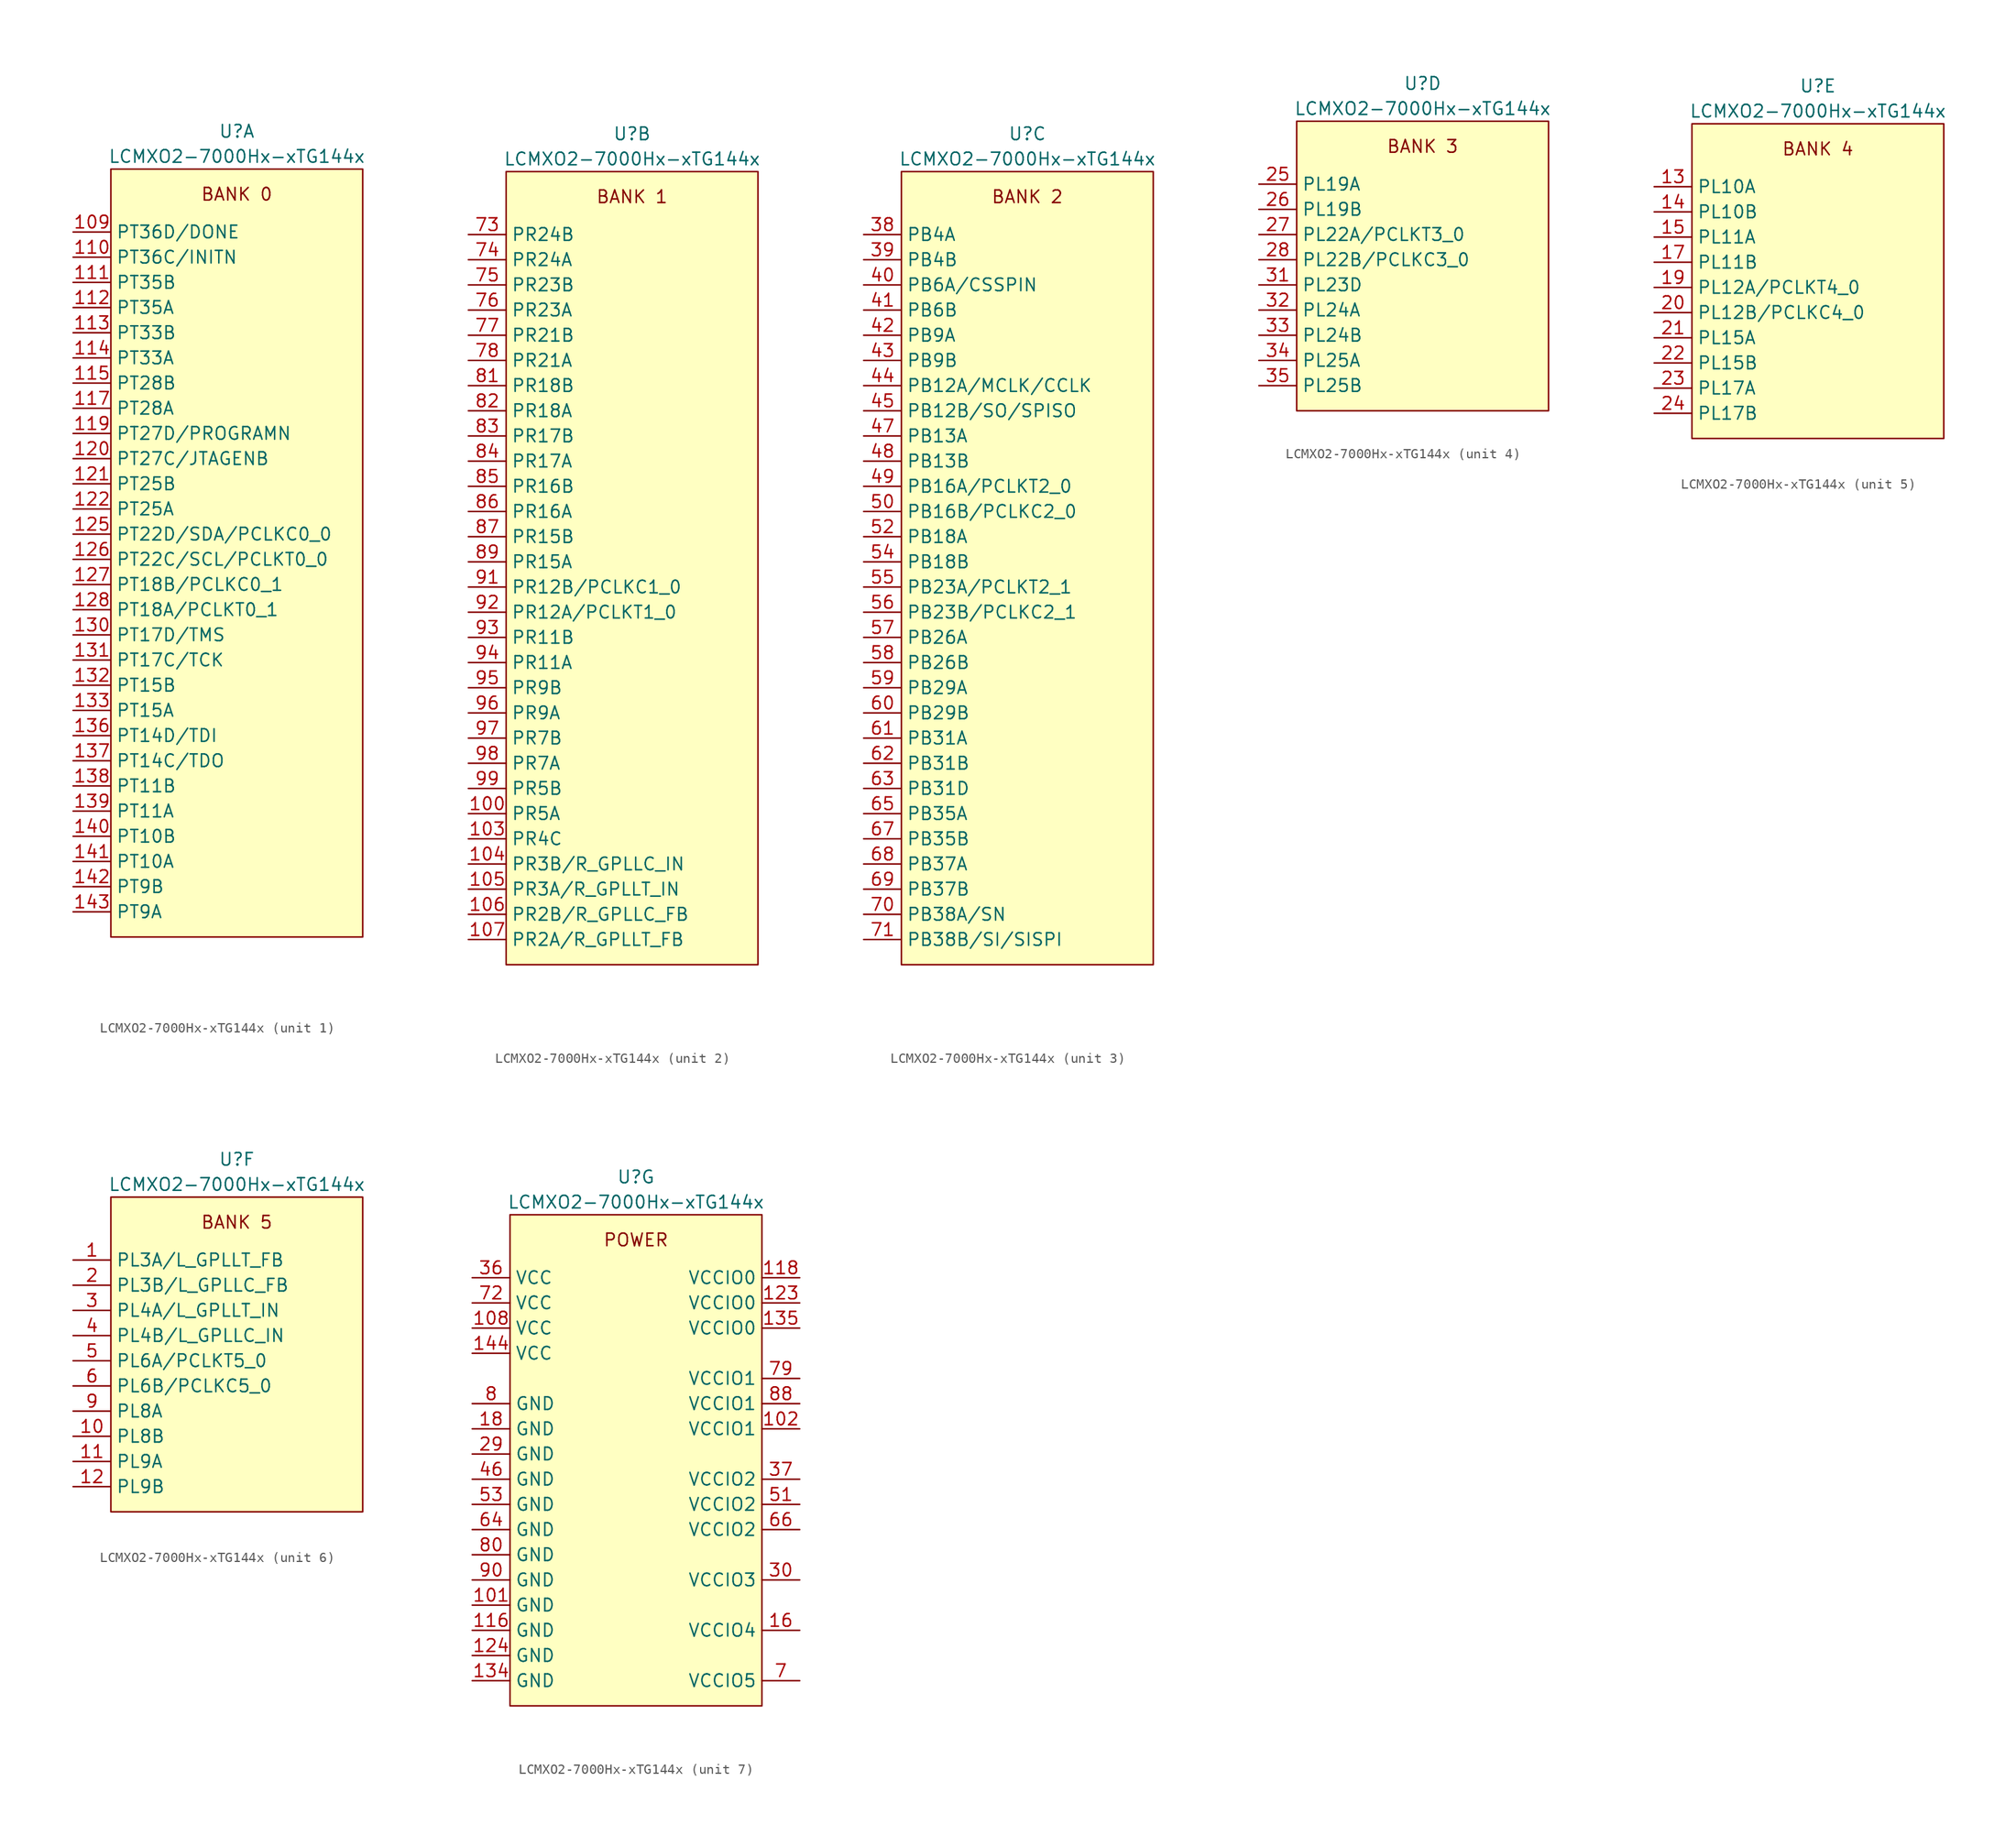
<source format=kicad_sym>
(kicad_symbol_lib
  (version 20231120)
  (generator "kicad_symbol_editor")
  (generator_version "8.0")
  (symbol "LCMXO2-7000Hx-xTG144x"
    (property "Reference" "U"
      (at 0 3.81 0)
      (effects (font (size 1.27 1.27))))
    (property "Value" "LCMXO2-7000Hx-xTG144x"
      (at 0 1.27 0)
      (effects (font (size 1.27 1.27))))
    (property "ki_locked" ""
      (at 0 0 0)
      (effects (font (size 1.27 1.27))))
    (symbol "LCMXO2-7000Hx-xTG144x_1_0"
      (text "BANK 0" (at 0 -2.54 0) (effects (font (size 1.27 1.27)))))
    (symbol "LCMXO2-7000Hx-xTG144x_1_1"
      (rectangle (start -12.7 0) (end 12.7 -77.47) (stroke (width 0) (type default)) (fill (type background)))
      (pin bidirectional line (at -16.51 -6.35 0) (length 3.81) (name "PT36D/DONE" (effects (font (size 1.27 1.27)))) (number "109" (effects (font (size 1.27 1.27)))))
      (pin bidirectional line (at -16.51 -8.89 0) (length 3.81) (name "PT36C/INITN" (effects (font (size 1.27 1.27)))) (number "110" (effects (font (size 1.27 1.27)))))
      (pin bidirectional line (at -16.51 -11.43 0) (length 3.81) (name "PT35B" (effects (font (size 1.27 1.27)))) (number "111" (effects (font (size 1.27 1.27)))))
      (pin bidirectional line (at -16.51 -13.97 0) (length 3.81) (name "PT35A" (effects (font (size 1.27 1.27)))) (number "112" (effects (font (size 1.27 1.27)))))
      (pin bidirectional line (at -16.51 -16.51 0) (length 3.81) (name "PT33B" (effects (font (size 1.27 1.27)))) (number "113" (effects (font (size 1.27 1.27)))))
      (pin bidirectional line (at -16.51 -19.05 0) (length 3.81) (name "PT33A" (effects (font (size 1.27 1.27)))) (number "114" (effects (font (size 1.27 1.27)))))
      (pin bidirectional line (at -16.51 -21.59 0) (length 3.81) (name "PT28B" (effects (font (size 1.27 1.27)))) (number "115" (effects (font (size 1.27 1.27)))))
      (pin bidirectional line (at -16.51 -24.13 0) (length 3.81) (name "PT28A" (effects (font (size 1.27 1.27)))) (number "117" (effects (font (size 1.27 1.27)))))
      (pin bidirectional line (at -16.51 -26.67 0) (length 3.81) (name "PT27D/PROGRAMN" (effects (font (size 1.27 1.27)))) (number "119" (effects (font (size 1.27 1.27)))))
      (pin bidirectional line (at -16.51 -29.21 0) (length 3.81) (name "PT27C/JTAGENB" (effects (font (size 1.27 1.27)))) (number "120" (effects (font (size 1.27 1.27)))))
      (pin bidirectional line (at -16.51 -31.75 0) (length 3.81) (name "PT25B" (effects (font (size 1.27 1.27)))) (number "121" (effects (font (size 1.27 1.27)))))
      (pin bidirectional line (at -16.51 -34.29 0) (length 3.81) (name "PT25A" (effects (font (size 1.27 1.27)))) (number "122" (effects (font (size 1.27 1.27)))))
      (pin bidirectional line (at -16.51 -36.83 0) (length 3.81) (name "PT22D/SDA/PCLKC0_0" (effects (font (size 1.27 1.27)))) (number "125" (effects (font (size 1.27 1.27)))))
      (pin bidirectional line (at -16.51 -39.37 0) (length 3.81) (name "PT22C/SCL/PCLKT0_0" (effects (font (size 1.27 1.27)))) (number "126" (effects (font (size 1.27 1.27)))))
      (pin bidirectional line (at -16.51 -41.91 0) (length 3.81) (name "PT18B/PCLKC0_1" (effects (font (size 1.27 1.27)))) (number "127" (effects (font (size 1.27 1.27)))))
      (pin bidirectional line (at -16.51 -44.45 0) (length 3.81) (name "PT18A/PCLKT0_1" (effects (font (size 1.27 1.27)))) (number "128" (effects (font (size 1.27 1.27)))))
      (pin bidirectional line (at -16.51 -46.99 0) (length 3.81) (name "PT17D/TMS" (effects (font (size 1.27 1.27)))) (number "130" (effects (font (size 1.27 1.27)))))
      (pin bidirectional line (at -16.51 -49.53 0) (length 3.81) (name "PT17C/TCK" (effects (font (size 1.27 1.27)))) (number "131" (effects (font (size 1.27 1.27)))))
      (pin bidirectional line (at -16.51 -52.07 0) (length 3.81) (name "PT15B" (effects (font (size 1.27 1.27)))) (number "132" (effects (font (size 1.27 1.27)))))
      (pin bidirectional line (at -16.51 -54.61 0) (length 3.81) (name "PT15A" (effects (font (size 1.27 1.27)))) (number "133" (effects (font (size 1.27 1.27)))))
      (pin bidirectional line (at -16.51 -57.15 0) (length 3.81) (name "PT14D/TDI" (effects (font (size 1.27 1.27)))) (number "136" (effects (font (size 1.27 1.27)))))
      (pin bidirectional line (at -16.51 -59.69 0) (length 3.81) (name "PT14C/TDO" (effects (font (size 1.27 1.27)))) (number "137" (effects (font (size 1.27 1.27)))))
      (pin bidirectional line (at -16.51 -62.23 0) (length 3.81) (name "PT11B" (effects (font (size 1.27 1.27)))) (number "138" (effects (font (size 1.27 1.27)))))
      (pin bidirectional line (at -16.51 -64.77 0) (length 3.81) (name "PT11A" (effects (font (size 1.27 1.27)))) (number "139" (effects (font (size 1.27 1.27)))))
      (pin bidirectional line (at -16.51 -67.31 0) (length 3.81) (name "PT10B" (effects (font (size 1.27 1.27)))) (number "140" (effects (font (size 1.27 1.27)))))
      (pin bidirectional line (at -16.51 -69.85 0) (length 3.81) (name "PT10A" (effects (font (size 1.27 1.27)))) (number "141" (effects (font (size 1.27 1.27)))))
      (pin bidirectional line (at -16.51 -72.39 0) (length 3.81) (name "PT9B" (effects (font (size 1.27 1.27)))) (number "142" (effects (font (size 1.27 1.27)))))
      (pin bidirectional line (at -16.51 -74.93 0) (length 3.81) (name "PT9A" (effects (font (size 1.27 1.27)))) (number "143" (effects (font (size 1.27 1.27))))))
    (symbol "LCMXO2-7000Hx-xTG144x_2_0"
      (text "BANK 1" (at 0 -2.54 0) (effects (font (size 1.27 1.27)))))
    (symbol "LCMXO2-7000Hx-xTG144x_2_1"
      (rectangle (start -12.7 0) (end 12.7 -80.01) (stroke (width 0) (type default)) (fill (type background)))
      (pin bidirectional line (at -16.51 -64.77 0) (length 3.81) (name "PR5A" (effects (font (size 1.27 1.27)))) (number "100" (effects (font (size 1.27 1.27)))))
      (pin bidirectional line (at -16.51 -67.31 0) (length 3.81) (name "PR4C" (effects (font (size 1.27 1.27)))) (number "103" (effects (font (size 1.27 1.27)))))
      (pin bidirectional line (at -16.51 -69.85 0) (length 3.81) (name "PR3B/R_GPLLC_IN" (effects (font (size 1.27 1.27)))) (number "104" (effects (font (size 1.27 1.27)))))
      (pin bidirectional line (at -16.51 -72.39 0) (length 3.81) (name "PR3A/R_GPLLT_IN" (effects (font (size 1.27 1.27)))) (number "105" (effects (font (size 1.27 1.27)))))
      (pin bidirectional line (at -16.51 -74.93 0) (length 3.81) (name "PR2B/R_GPLLC_FB" (effects (font (size 1.27 1.27)))) (number "106" (effects (font (size 1.27 1.27)))))
      (pin bidirectional line (at -16.51 -77.47 0) (length 3.81) (name "PR2A/R_GPLLT_FB" (effects (font (size 1.27 1.27)))) (number "107" (effects (font (size 1.27 1.27)))))
      (pin bidirectional line (at -16.51 -6.35 0) (length 3.81) (name "PR24B" (effects (font (size 1.27 1.27)))) (number "73" (effects (font (size 1.27 1.27)))))
      (pin bidirectional line (at -16.51 -8.89 0) (length 3.81) (name "PR24A" (effects (font (size 1.27 1.27)))) (number "74" (effects (font (size 1.27 1.27)))))
      (pin bidirectional line (at -16.51 -11.43 0) (length 3.81) (name "PR23B" (effects (font (size 1.27 1.27)))) (number "75" (effects (font (size 1.27 1.27)))))
      (pin bidirectional line (at -16.51 -13.97 0) (length 3.81) (name "PR23A" (effects (font (size 1.27 1.27)))) (number "76" (effects (font (size 1.27 1.27)))))
      (pin bidirectional line (at -16.51 -16.51 0) (length 3.81) (name "PR21B" (effects (font (size 1.27 1.27)))) (number "77" (effects (font (size 1.27 1.27)))))
      (pin bidirectional line (at -16.51 -19.05 0) (length 3.81) (name "PR21A" (effects (font (size 1.27 1.27)))) (number "78" (effects (font (size 1.27 1.27)))))
      (pin bidirectional line (at -16.51 -21.59 0) (length 3.81) (name "PR18B" (effects (font (size 1.27 1.27)))) (number "81" (effects (font (size 1.27 1.27)))))
      (pin bidirectional line (at -16.51 -24.13 0) (length 3.81) (name "PR18A" (effects (font (size 1.27 1.27)))) (number "82" (effects (font (size 1.27 1.27)))))
      (pin bidirectional line (at -16.51 -26.67 0) (length 3.81) (name "PR17B" (effects (font (size 1.27 1.27)))) (number "83" (effects (font (size 1.27 1.27)))))
      (pin bidirectional line (at -16.51 -29.21 0) (length 3.81) (name "PR17A" (effects (font (size 1.27 1.27)))) (number "84" (effects (font (size 1.27 1.27)))))
      (pin bidirectional line (at -16.51 -31.75 0) (length 3.81) (name "PR16B" (effects (font (size 1.27 1.27)))) (number "85" (effects (font (size 1.27 1.27)))))
      (pin bidirectional line (at -16.51 -34.29 0) (length 3.81) (name "PR16A" (effects (font (size 1.27 1.27)))) (number "86" (effects (font (size 1.27 1.27)))))
      (pin bidirectional line (at -16.51 -36.83 0) (length 3.81) (name "PR15B" (effects (font (size 1.27 1.27)))) (number "87" (effects (font (size 1.27 1.27)))))
      (pin bidirectional line (at -16.51 -39.37 0) (length 3.81) (name "PR15A" (effects (font (size 1.27 1.27)))) (number "89" (effects (font (size 1.27 1.27)))))
      (pin bidirectional line (at -16.51 -41.91 0) (length 3.81) (name "PR12B/PCLKC1_0" (effects (font (size 1.27 1.27)))) (number "91" (effects (font (size 1.27 1.27)))))
      (pin bidirectional line (at -16.51 -44.45 0) (length 3.81) (name "PR12A/PCLKT1_0" (effects (font (size 1.27 1.27)))) (number "92" (effects (font (size 1.27 1.27)))))
      (pin bidirectional line (at -16.51 -46.99 0) (length 3.81) (name "PR11B" (effects (font (size 1.27 1.27)))) (number "93" (effects (font (size 1.27 1.27)))))
      (pin bidirectional line (at -16.51 -49.53 0) (length 3.81) (name "PR11A" (effects (font (size 1.27 1.27)))) (number "94" (effects (font (size 1.27 1.27)))))
      (pin bidirectional line (at -16.51 -52.07 0) (length 3.81) (name "PR9B" (effects (font (size 1.27 1.27)))) (number "95" (effects (font (size 1.27 1.27)))))
      (pin bidirectional line (at -16.51 -54.61 0) (length 3.81) (name "PR9A" (effects (font (size 1.27 1.27)))) (number "96" (effects (font (size 1.27 1.27)))))
      (pin bidirectional line (at -16.51 -57.15 0) (length 3.81) (name "PR7B" (effects (font (size 1.27 1.27)))) (number "97" (effects (font (size 1.27 1.27)))))
      (pin bidirectional line (at -16.51 -59.69 0) (length 3.81) (name "PR7A" (effects (font (size 1.27 1.27)))) (number "98" (effects (font (size 1.27 1.27)))))
      (pin bidirectional line (at -16.51 -62.23 0) (length 3.81) (name "PR5B" (effects (font (size 1.27 1.27)))) (number "99" (effects (font (size 1.27 1.27))))))
    (symbol "LCMXO2-7000Hx-xTG144x_3_0"
      (text "BANK 2" (at 0 -2.54 0) (effects (font (size 1.27 1.27)))))
    (symbol "LCMXO2-7000Hx-xTG144x_3_1"
      (rectangle (start -12.7 0) (end 12.7 -80.01) (stroke (width 0) (type default)) (fill (type background)))
      (pin bidirectional line (at -16.51 -6.35 0) (length 3.81) (name "PB4A" (effects (font (size 1.27 1.27)))) (number "38" (effects (font (size 1.27 1.27)))))
      (pin bidirectional line (at -16.51 -8.89 0) (length 3.81) (name "PB4B" (effects (font (size 1.27 1.27)))) (number "39" (effects (font (size 1.27 1.27)))))
      (pin bidirectional line (at -16.51 -11.43 0) (length 3.81) (name "PB6A/CSSPIN" (effects (font (size 1.27 1.27)))) (number "40" (effects (font (size 1.27 1.27)))))
      (pin bidirectional line (at -16.51 -13.97 0) (length 3.81) (name "PB6B" (effects (font (size 1.27 1.27)))) (number "41" (effects (font (size 1.27 1.27)))))
      (pin bidirectional line (at -16.51 -16.51 0) (length 3.81) (name "PB9A" (effects (font (size 1.27 1.27)))) (number "42" (effects (font (size 1.27 1.27)))))
      (pin bidirectional line (at -16.51 -19.05 0) (length 3.81) (name "PB9B" (effects (font (size 1.27 1.27)))) (number "43" (effects (font (size 1.27 1.27)))))
      (pin bidirectional line (at -16.51 -21.59 0) (length 3.81) (name "PB12A/MCLK/CCLK" (effects (font (size 1.27 1.27)))) (number "44" (effects (font (size 1.27 1.27)))))
      (pin bidirectional line (at -16.51 -24.13 0) (length 3.81) (name "PB12B/SO/SPISO" (effects (font (size 1.27 1.27)))) (number "45" (effects (font (size 1.27 1.27)))))
      (pin bidirectional line (at -16.51 -26.67 0) (length 3.81) (name "PB13A" (effects (font (size 1.27 1.27)))) (number "47" (effects (font (size 1.27 1.27)))))
      (pin bidirectional line (at -16.51 -29.21 0) (length 3.81) (name "PB13B" (effects (font (size 1.27 1.27)))) (number "48" (effects (font (size 1.27 1.27)))))
      (pin bidirectional line (at -16.51 -31.75 0) (length 3.81) (name "PB16A/PCLKT2_0" (effects (font (size 1.27 1.27)))) (number "49" (effects (font (size 1.27 1.27)))))
      (pin bidirectional line (at -16.51 -34.29 0) (length 3.81) (name "PB16B/PCLKC2_0" (effects (font (size 1.27 1.27)))) (number "50" (effects (font (size 1.27 1.27)))))
      (pin bidirectional line (at -16.51 -36.83 0) (length 3.81) (name "PB18A" (effects (font (size 1.27 1.27)))) (number "52" (effects (font (size 1.27 1.27)))))
      (pin bidirectional line (at -16.51 -39.37 0) (length 3.81) (name "PB18B" (effects (font (size 1.27 1.27)))) (number "54" (effects (font (size 1.27 1.27)))))
      (pin bidirectional line (at -16.51 -41.91 0) (length 3.81) (name "PB23A/PCLKT2_1" (effects (font (size 1.27 1.27)))) (number "55" (effects (font (size 1.27 1.27)))))
      (pin bidirectional line (at -16.51 -44.45 0) (length 3.81) (name "PB23B/PCLKC2_1" (effects (font (size 1.27 1.27)))) (number "56" (effects (font (size 1.27 1.27)))))
      (pin bidirectional line (at -16.51 -46.99 0) (length 3.81) (name "PB26A" (effects (font (size 1.27 1.27)))) (number "57" (effects (font (size 1.27 1.27)))))
      (pin bidirectional line (at -16.51 -49.53 0) (length 3.81) (name "PB26B" (effects (font (size 1.27 1.27)))) (number "58" (effects (font (size 1.27 1.27)))))
      (pin bidirectional line (at -16.51 -52.07 0) (length 3.81) (name "PB29A" (effects (font (size 1.27 1.27)))) (number "59" (effects (font (size 1.27 1.27)))))
      (pin bidirectional line (at -16.51 -54.61 0) (length 3.81) (name "PB29B" (effects (font (size 1.27 1.27)))) (number "60" (effects (font (size 1.27 1.27)))))
      (pin bidirectional line (at -16.51 -57.15 0) (length 3.81) (name "PB31A" (effects (font (size 1.27 1.27)))) (number "61" (effects (font (size 1.27 1.27)))))
      (pin bidirectional line (at -16.51 -59.69 0) (length 3.81) (name "PB31B" (effects (font (size 1.27 1.27)))) (number "62" (effects (font (size 1.27 1.27)))))
      (pin bidirectional line (at -16.51 -62.23 0) (length 3.81) (name "PB31D" (effects (font (size 1.27 1.27)))) (number "63" (effects (font (size 1.27 1.27)))))
      (pin bidirectional line (at -16.51 -64.77 0) (length 3.81) (name "PB35A" (effects (font (size 1.27 1.27)))) (number "65" (effects (font (size 1.27 1.27)))))
      (pin bidirectional line (at -16.51 -67.31 0) (length 3.81) (name "PB35B" (effects (font (size 1.27 1.27)))) (number "67" (effects (font (size 1.27 1.27)))))
      (pin bidirectional line (at -16.51 -69.85 0) (length 3.81) (name "PB37A" (effects (font (size 1.27 1.27)))) (number "68" (effects (font (size 1.27 1.27)))))
      (pin bidirectional line (at -16.51 -72.39 0) (length 3.81) (name "PB37B" (effects (font (size 1.27 1.27)))) (number "69" (effects (font (size 1.27 1.27)))))
      (pin bidirectional line (at -16.51 -74.93 0) (length 3.81) (name "PB38A/SN" (effects (font (size 1.27 1.27)))) (number "70" (effects (font (size 1.27 1.27)))))
      (pin bidirectional line (at -16.51 -77.47 0) (length 3.81) (name "PB38B/SI/SISPI" (effects (font (size 1.27 1.27)))) (number "71" (effects (font (size 1.27 1.27))))))
    (symbol "LCMXO2-7000Hx-xTG144x_4_0"
      (text "BANK 3" (at 0 -2.54 0) (effects (font (size 1.27 1.27)))))
    (symbol "LCMXO2-7000Hx-xTG144x_4_1"
      (rectangle (start -12.7 0) (end 12.7 -29.21) (stroke (width 0) (type default)) (fill (type background)))
      (pin bidirectional line (at -16.51 -6.35 0) (length 3.81) (name "PL19A" (effects (font (size 1.27 1.27)))) (number "25" (effects (font (size 1.27 1.27)))))
      (pin bidirectional line (at -16.51 -8.89 0) (length 3.81) (name "PL19B" (effects (font (size 1.27 1.27)))) (number "26" (effects (font (size 1.27 1.27)))))
      (pin bidirectional line (at -16.51 -11.43 0) (length 3.81) (name "PL22A/PCLKT3_0" (effects (font (size 1.27 1.27)))) (number "27" (effects (font (size 1.27 1.27)))))
      (pin bidirectional line (at -16.51 -13.97 0) (length 3.81) (name "PL22B/PCLKC3_0" (effects (font (size 1.27 1.27)))) (number "28" (effects (font (size 1.27 1.27)))))
      (pin bidirectional line (at -16.51 -16.51 0) (length 3.81) (name "PL23D" (effects (font (size 1.27 1.27)))) (number "31" (effects (font (size 1.27 1.27)))))
      (pin bidirectional line (at -16.51 -19.05 0) (length 3.81) (name "PL24A" (effects (font (size 1.27 1.27)))) (number "32" (effects (font (size 1.27 1.27)))))
      (pin bidirectional line (at -16.51 -21.59 0) (length 3.81) (name "PL24B" (effects (font (size 1.27 1.27)))) (number "33" (effects (font (size 1.27 1.27)))))
      (pin bidirectional line (at -16.51 -24.13 0) (length 3.81) (name "PL25A" (effects (font (size 1.27 1.27)))) (number "34" (effects (font (size 1.27 1.27)))))
      (pin bidirectional line (at -16.51 -26.67 0) (length 3.81) (name "PL25B" (effects (font (size 1.27 1.27)))) (number "35" (effects (font (size 1.27 1.27))))))
    (symbol "LCMXO2-7000Hx-xTG144x_5_0"
      (text "BANK 4" (at 0 -2.54 0) (effects (font (size 1.27 1.27)))))
    (symbol "LCMXO2-7000Hx-xTG144x_5_1"
      (rectangle (start -12.7 0) (end 12.7 -31.75) (stroke (width 0) (type default)) (fill (type background)))
      (pin bidirectional line (at -16.51 -6.35 0) (length 3.81) (name "PL10A" (effects (font (size 1.27 1.27)))) (number "13" (effects (font (size 1.27 1.27)))))
      (pin bidirectional line (at -16.51 -8.89 0) (length 3.81) (name "PL10B" (effects (font (size 1.27 1.27)))) (number "14" (effects (font (size 1.27 1.27)))))
      (pin bidirectional line (at -16.51 -11.43 0) (length 3.81) (name "PL11A" (effects (font (size 1.27 1.27)))) (number "15" (effects (font (size 1.27 1.27)))))
      (pin bidirectional line (at -16.51 -13.97 0) (length 3.81) (name "PL11B" (effects (font (size 1.27 1.27)))) (number "17" (effects (font (size 1.27 1.27)))))
      (pin bidirectional line (at -16.51 -16.51 0) (length 3.81) (name "PL12A/PCLKT4_0" (effects (font (size 1.27 1.27)))) (number "19" (effects (font (size 1.27 1.27)))))
      (pin bidirectional line (at -16.51 -19.05 0) (length 3.81) (name "PL12B/PCLKC4_0" (effects (font (size 1.27 1.27)))) (number "20" (effects (font (size 1.27 1.27)))))
      (pin bidirectional line (at -16.51 -21.59 0) (length 3.81) (name "PL15A" (effects (font (size 1.27 1.27)))) (number "21" (effects (font (size 1.27 1.27)))))
      (pin bidirectional line (at -16.51 -24.13 0) (length 3.81) (name "PL15B" (effects (font (size 1.27 1.27)))) (number "22" (effects (font (size 1.27 1.27)))))
      (pin bidirectional line (at -16.51 -26.67 0) (length 3.81) (name "PL17A" (effects (font (size 1.27 1.27)))) (number "23" (effects (font (size 1.27 1.27)))))
      (pin bidirectional line (at -16.51 -29.21 0) (length 3.81) (name "PL17B" (effects (font (size 1.27 1.27)))) (number "24" (effects (font (size 1.27 1.27))))))
    (symbol "LCMXO2-7000Hx-xTG144x_6_0"
      (text "BANK 5" (at 0 -2.54 0) (effects (font (size 1.27 1.27)))))
    (symbol "LCMXO2-7000Hx-xTG144x_6_1"
      (rectangle (start -12.7 0) (end 12.7 -31.75) (stroke (width 0) (type default)) (fill (type background)))
      (pin bidirectional line (at -16.51 -6.35 0) (length 3.81) (name "PL3A/L_GPLLT_FB" (effects (font (size 1.27 1.27)))) (number "1" (effects (font (size 1.27 1.27)))))
      (pin bidirectional line (at -16.51 -24.13 0) (length 3.81) (name "PL8B" (effects (font (size 1.27 1.27)))) (number "10" (effects (font (size 1.27 1.27)))))
      (pin bidirectional line (at -16.51 -26.67 0) (length 3.81) (name "PL9A" (effects (font (size 1.27 1.27)))) (number "11" (effects (font (size 1.27 1.27)))))
      (pin bidirectional line (at -16.51 -29.21 0) (length 3.81) (name "PL9B" (effects (font (size 1.27 1.27)))) (number "12" (effects (font (size 1.27 1.27)))))
      (pin bidirectional line (at -16.51 -8.89 0) (length 3.81) (name "PL3B/L_GPLLC_FB" (effects (font (size 1.27 1.27)))) (number "2" (effects (font (size 1.27 1.27)))))
      (pin bidirectional line (at -16.51 -11.43 0) (length 3.81) (name "PL4A/L_GPLLT_IN" (effects (font (size 1.27 1.27)))) (number "3" (effects (font (size 1.27 1.27)))))
      (pin bidirectional line (at -16.51 -13.97 0) (length 3.81) (name "PL4B/L_GPLLC_IN" (effects (font (size 1.27 1.27)))) (number "4" (effects (font (size 1.27 1.27)))))
      (pin bidirectional line (at -16.51 -16.51 0) (length 3.81) (name "PL6A/PCLKT5_0" (effects (font (size 1.27 1.27)))) (number "5" (effects (font (size 1.27 1.27)))))
      (pin bidirectional line (at -16.51 -19.05 0) (length 3.81) (name "PL6B/PCLKC5_0" (effects (font (size 1.27 1.27)))) (number "6" (effects (font (size 1.27 1.27)))))
      (pin bidirectional line (at -16.51 -21.59 0) (length 3.81) (name "PL8A" (effects (font (size 1.27 1.27)))) (number "9" (effects (font (size 1.27 1.27))))))
    (symbol "LCMXO2-7000Hx-xTG144x_7_0"
      (text "POWER" (at 0 -2.54 0) (effects (font (size 1.27 1.27)))))
    (symbol "LCMXO2-7000Hx-xTG144x_7_1"
      (rectangle (start -12.7 0) (end 12.7 -49.53) (stroke (width 0) (type default)) (fill (type background)))
      (pin power_in line (at -16.51 -39.37 0) (length 3.81) (name "GND" (effects (font (size 1.27 1.27)))) (number "101" (effects (font (size 1.27 1.27)))))
      (pin power_in line (at 16.51 -21.59 180) (length 3.81) (name "VCCIO1" (effects (font (size 1.27 1.27)))) (number "102" (effects (font (size 1.27 1.27)))))
      (pin power_in line (at -16.51 -11.43 0) (length 3.81) (name "VCC" (effects (font (size 1.27 1.27)))) (number "108" (effects (font (size 1.27 1.27)))))
      (pin power_in line (at -16.51 -41.91 0) (length 3.81) (name "GND" (effects (font (size 1.27 1.27)))) (number "116" (effects (font (size 1.27 1.27)))))
      (pin power_in line (at 16.51 -6.35 180) (length 3.81) (name "VCCIO0" (effects (font (size 1.27 1.27)))) (number "118" (effects (font (size 1.27 1.27)))))
      (pin power_in line (at 16.51 -8.89 180) (length 3.81) (name "VCCIO0" (effects (font (size 1.27 1.27)))) (number "123" (effects (font (size 1.27 1.27)))))
      (pin power_in line (at -16.51 -44.45 0) (length 3.81) (name "GND" (effects (font (size 1.27 1.27)))) (number "124" (effects (font (size 1.27 1.27)))))
      (pin no_connect line (at -16.51 -16.51 0) (length 3.81) hide (name "NC" (effects (font (size 1.27 1.27)))) (number "129" (effects (font (size 1.27 1.27)))))
      (pin power_in line (at -16.51 -46.99 0) (length 3.81) (name "GND" (effects (font (size 1.27 1.27)))) (number "134" (effects (font (size 1.27 1.27)))))
      (pin power_in line (at 16.51 -11.43 180) (length 3.81) (name "VCCIO0" (effects (font (size 1.27 1.27)))) (number "135" (effects (font (size 1.27 1.27)))))
      (pin power_in line (at -16.51 -13.97 0) (length 3.81) (name "VCC" (effects (font (size 1.27 1.27)))) (number "144" (effects (font (size 1.27 1.27)))))
      (pin power_in line (at 16.51 -41.91 180) (length 3.81) (name "VCCIO4" (effects (font (size 1.27 1.27)))) (number "16" (effects (font (size 1.27 1.27)))))
      (pin power_in line (at -16.51 -21.59 0) (length 3.81) (name "GND" (effects (font (size 1.27 1.27)))) (number "18" (effects (font (size 1.27 1.27)))))
      (pin power_in line (at -16.51 -24.13 0) (length 3.81) (name "GND" (effects (font (size 1.27 1.27)))) (number "29" (effects (font (size 1.27 1.27)))))
      (pin power_in line (at 16.51 -36.83 180) (length 3.81) (name "VCCIO3" (effects (font (size 1.27 1.27)))) (number "30" (effects (font (size 1.27 1.27)))))
      (pin power_in line (at -16.51 -6.35 0) (length 3.81) (name "VCC" (effects (font (size 1.27 1.27)))) (number "36" (effects (font (size 1.27 1.27)))))
      (pin power_in line (at 16.51 -26.67 180) (length 3.81) (name "VCCIO2" (effects (font (size 1.27 1.27)))) (number "37" (effects (font (size 1.27 1.27)))))
      (pin power_in line (at -16.51 -26.67 0) (length 3.81) (name "GND" (effects (font (size 1.27 1.27)))) (number "46" (effects (font (size 1.27 1.27)))))
      (pin power_in line (at 16.51 -29.21 180) (length 3.81) (name "VCCIO2" (effects (font (size 1.27 1.27)))) (number "51" (effects (font (size 1.27 1.27)))))
      (pin power_in line (at -16.51 -29.21 0) (length 3.81) (name "GND" (effects (font (size 1.27 1.27)))) (number "53" (effects (font (size 1.27 1.27)))))
      (pin power_in line (at -16.51 -31.75 0) (length 3.81) (name "GND" (effects (font (size 1.27 1.27)))) (number "64" (effects (font (size 1.27 1.27)))))
      (pin power_in line (at 16.51 -31.75 180) (length 3.81) (name "VCCIO2" (effects (font (size 1.27 1.27)))) (number "66" (effects (font (size 1.27 1.27)))))
      (pin power_in line (at 16.51 -46.99 180) (length 3.81) (name "VCCIO5" (effects (font (size 1.27 1.27)))) (number "7" (effects (font (size 1.27 1.27)))))
      (pin power_in line (at -16.51 -8.89 0) (length 3.81) (name "VCC" (effects (font (size 1.27 1.27)))) (number "72" (effects (font (size 1.27 1.27)))))
      (pin power_in line (at 16.51 -16.51 180) (length 3.81) (name "VCCIO1" (effects (font (size 1.27 1.27)))) (number "79" (effects (font (size 1.27 1.27)))))
      (pin power_in line (at -16.51 -19.05 0) (length 3.81) (name "GND" (effects (font (size 1.27 1.27)))) (number "8" (effects (font (size 1.27 1.27)))))
      (pin power_in line (at -16.51 -34.29 0) (length 3.81) (name "GND" (effects (font (size 1.27 1.27)))) (number "80" (effects (font (size 1.27 1.27)))))
      (pin power_in line (at 16.51 -19.05 180) (length 3.81) (name "VCCIO1" (effects (font (size 1.27 1.27)))) (number "88" (effects (font (size 1.27 1.27)))))
      (pin power_in line (at -16.51 -36.83 0) (length 3.81) (name "GND" (effects (font (size 1.27 1.27)))) (number "90" (effects (font (size 1.27 1.27))))))))
</source>
